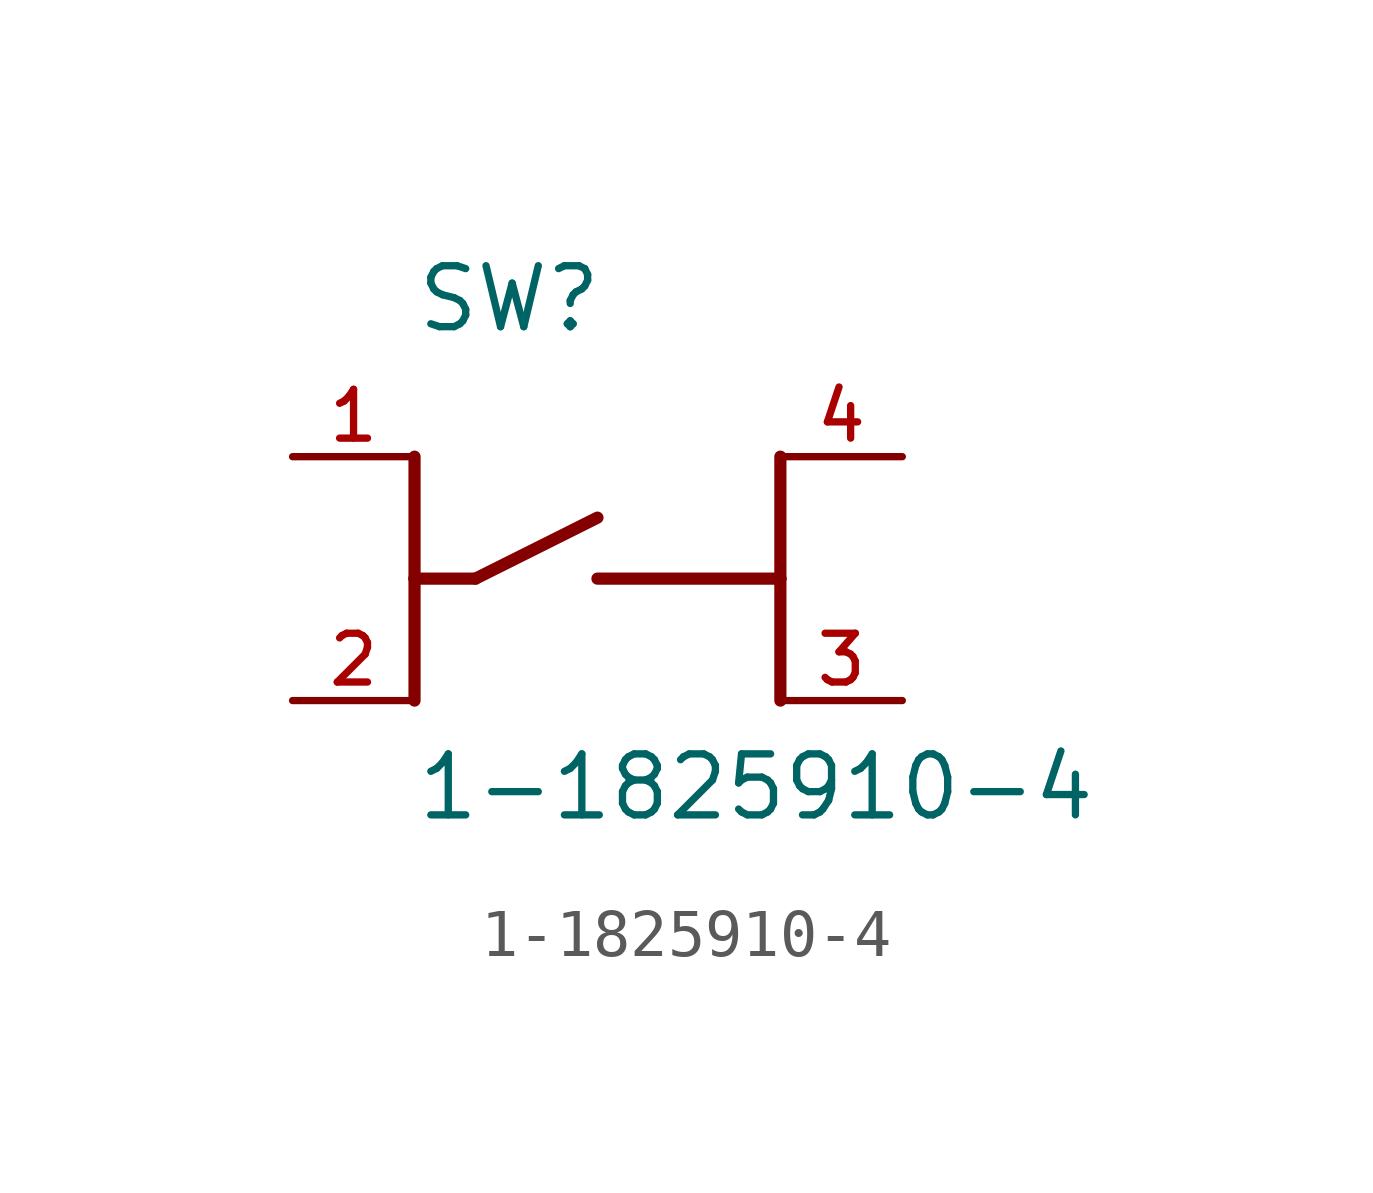
<source format=kicad_sym>
(kicad_symbol_lib
  (version 20211014)
  (generator kicad_symbol_editor)
  (symbol "1-1825910-4"
    (pin_names
      (offset 1.016))
    (property "Reference" "SW"
      (at -2.542 5.084 0)
      (effects (font (size 1.27 1.27)) (justify bottom left)))
    (property "Value" "1-1825910-4"
      (at -2.542 -5.084 0)
      (effects (font (size 1.27 1.27)) (justify bottom left)))
    (symbol "1-1825910-4_0_0"
      (polyline (pts (xy -2.54 2.54) (xy -2.54 0.0)) (stroke (width 0.254)))
      (polyline (pts (xy -2.54 0.0) (xy -2.54 -2.54)) (stroke (width 0.254)))
      (polyline (pts (xy 5.08 2.54) (xy 5.08 0.0)) (stroke (width 0.254)))
      (polyline (pts (xy 5.08 0.0) (xy 5.08 -2.54)) (stroke (width 0.254)))
      (polyline (pts (xy -2.54 0.0) (xy -1.27 0.0)) (stroke (width 0.254)))
      (polyline (pts (xy 1.27 0.0) (xy 5.08 0.0)) (stroke (width 0.254)))
      (polyline (pts (xy -1.27 0.0) (xy 1.27 1.27)) (stroke (width 0.254)))
      (pin passive line (at -5.08 2.54 0) (length 2.54) (name "~" (effects (font (size 1.016 1.016)))) (number "1" (effects (font (size 1.016 1.016)))))
      (pin passive line (at -5.08 -2.54 0) (length 2.54) (name "~" (effects (font (size 1.016 1.016)))) (number "2" (effects (font (size 1.016 1.016)))))
      (pin passive line (at 7.62 -2.54 180.0) (length 2.54) (name "~" (effects (font (size 1.016 1.016)))) (number "3" (effects (font (size 1.016 1.016)))))
      (pin passive line (at 7.62 2.54 180.0) (length 2.54) (name "~" (effects (font (size 1.016 1.016)))) (number "4" (effects (font (size 1.016 1.016))))))))
</source>
